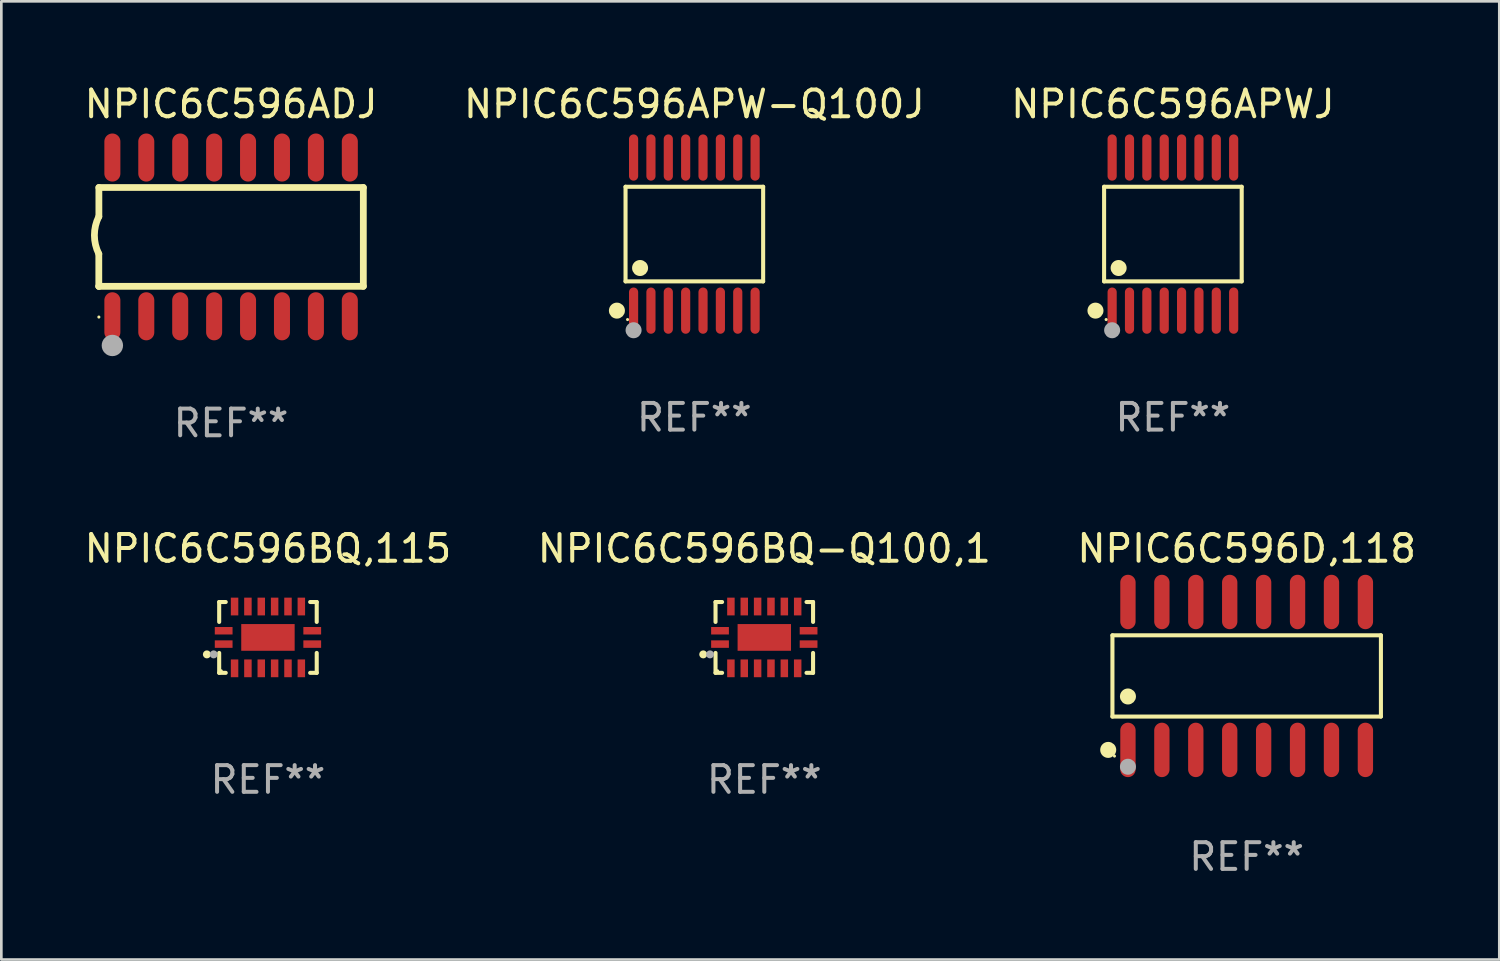
<source format=kicad_pcb>
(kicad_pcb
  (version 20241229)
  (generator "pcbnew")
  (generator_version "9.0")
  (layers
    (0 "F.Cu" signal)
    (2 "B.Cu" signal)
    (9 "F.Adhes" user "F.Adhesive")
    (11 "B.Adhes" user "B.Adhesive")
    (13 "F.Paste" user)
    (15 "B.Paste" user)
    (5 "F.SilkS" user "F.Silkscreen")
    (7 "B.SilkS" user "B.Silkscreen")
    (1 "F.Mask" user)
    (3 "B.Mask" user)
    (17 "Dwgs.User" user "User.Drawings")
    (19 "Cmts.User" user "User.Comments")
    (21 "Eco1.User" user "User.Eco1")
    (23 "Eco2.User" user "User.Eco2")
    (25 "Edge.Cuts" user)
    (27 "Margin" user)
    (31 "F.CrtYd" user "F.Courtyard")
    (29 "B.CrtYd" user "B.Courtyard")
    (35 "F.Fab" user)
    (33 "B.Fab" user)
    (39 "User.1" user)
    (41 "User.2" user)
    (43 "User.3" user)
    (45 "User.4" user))
  (footprint "NPIC6C596BQ,115"
    (layer "F.Cu")
    (at 6.982 20.815)
    (property "Reference" "NPIC6C596BQ,115" (at 0 -3.326 0) (layer "F.SilkS") (effects (font (size 1 1) (thickness 0.15))))
    (attr through_hole)
    (fp_line (start -1.826 -1.326) (end -1.58 -1.326) (stroke (width 0.152) (type solid)) (layer "F.SilkS"))
    (fp_line (start -1.826 -0.58) (end -1.826 -1.326) (stroke (width 0.152) (type solid)) (layer "F.SilkS"))
    (fp_line (start -1.826 0.58) (end -1.826 1.326) (stroke (width 0.152) (type solid)) (layer "F.SilkS"))
    (fp_line (start -1.826 1.326) (end -1.58 1.326) (stroke (width 0.152) (type solid)) (layer "F.SilkS"))
    (fp_line (start 1.826 -1.326) (end 1.58 -1.326) (stroke (width 0.152) (type solid)) (layer "F.SilkS"))
    (fp_line (start 1.826 -0.58) (end 1.826 -1.326) (stroke (width 0.152) (type solid)) (layer "F.SilkS"))
    (fp_line (start 1.826 0.58) (end 1.826 1.326) (stroke (width 0.152) (type solid)) (layer "F.SilkS"))
    (fp_line (start 1.826 1.326) (end 1.58 1.326) (stroke (width 0.152) (type solid)) (layer "F.SilkS"))
    (fp_circle (center -2.286 0.635) (end -2.211 0.635) (stroke (width 0.15) (type solid)) (fill no) (layer "F.SilkS"))
    (fp_circle (center -1.75 1.25) (end -1.72 1.25) (stroke (width 0.06) (type solid)) (fill no) (layer "F.SilkS"))
    (fp_circle (center -2.032 0.635) (end -1.957 0.635) (stroke (width 0.15) (type solid)) (fill no) (layer "F.Fab"))
    (fp_text user "REF**" (at 0 5.326 0) (layer "F.Fab") (effects (font (size 1 1) (thickness 0.15))))
    (pad "1" smd rect (at -1.658 0.25) (size 0.665 0.28) (layers "F.Cu" "F.Mask" "F.Paste"))
    (pad "2" smd rect (at -1.25 1.157) (size 0.28 0.665) (layers "F.Cu" "F.Mask" "F.Paste"))
    (pad "3" smd rect (at -0.75 1.157) (size 0.28 0.665) (layers "F.Cu" "F.Mask" "F.Paste"))
    (pad "4" smd rect (at -0.25 1.157) (size 0.28 0.665) (layers "F.Cu" "F.Mask" "F.Paste"))
    (pad "5" smd rect (at 0.25 1.157) (size 0.28 0.665) (layers "F.Cu" "F.Mask" "F.Paste"))
    (pad "6" smd rect (at 0.75 1.157) (size 0.28 0.665) (layers "F.Cu" "F.Mask" "F.Paste"))
    (pad "7" smd rect (at 1.25 1.157) (size 0.28 0.665) (layers "F.Cu" "F.Mask" "F.Paste"))
    (pad "8" smd rect (at 1.658 0.25) (size 0.665 0.28) (layers "F.Cu" "F.Mask" "F.Paste"))
    (pad "9" smd rect (at 1.658 -0.25) (size 0.665 0.28) (layers "F.Cu" "F.Mask" "F.Paste"))
    (pad "10" smd rect (at 1.25 -1.157) (size 0.28 0.665) (layers "F.Cu" "F.Mask" "F.Paste"))
    (pad "11" smd rect (at 0.75 -1.157) (size 0.28 0.665) (layers "F.Cu" "F.Mask" "F.Paste"))
    (pad "12" smd rect (at 0.25 -1.157) (size 0.28 0.665) (layers "F.Cu" "F.Mask" "F.Paste"))
    (pad "13" smd rect (at -0.25 -1.157) (size 0.28 0.665) (layers "F.Cu" "F.Mask" "F.Paste"))
    (pad "14" smd rect (at -0.75 -1.157) (size 0.28 0.665) (layers "F.Cu" "F.Mask" "F.Paste"))
    (pad "15" smd rect (at -1.25 -1.157) (size 0.28 0.665) (layers "F.Cu" "F.Mask" "F.Paste"))
    (pad "16" smd rect (at -1.658 -0.25) (size 0.665 0.28) (layers "F.Cu" "F.Mask" "F.Paste"))
    (pad "17" smd rect (at 0 0) (size 2 1) (layers "F.Cu" "F.Mask" "F.Paste")))
  (footprint "NPIC6C596ADJ"
    (layer "F.Cu")
    (at 5.601 5.82)
    (property "Reference" "NPIC6C596ADJ" (at 0 -4.972 0) (layer "F.SilkS") (effects (font (size 1 1) (thickness 0.15))))
    (attr through_hole)
    (fp_line (start -4.952 0.635) (end -4.952 1.85) (stroke (width 0.254) (type solid)) (layer "F.SilkS"))
    (fp_line (start -4.952 1.85) (end -4.949 1.85) (stroke (width 0.254) (type solid)) (layer "F.SilkS"))
    (fp_line (start -4.949 -1.85) (end -4.949 -0.762) (stroke (width 0.254) (type solid)) (layer "F.SilkS"))
    (fp_line (start -4.949 1.85) (end 4.952 1.85) (stroke (width 0.254) (type solid)) (layer "F.SilkS"))
    (fp_line (start 4.952 -1.85) (end -4.949 -1.85) (stroke (width 0.254) (type solid)) (layer "F.SilkS"))
    (fp_line (start 4.952 1.85) (end 4.952 -1.85) (stroke (width 0.254) (type solid)) (layer "F.SilkS"))
    (fp_arc (start -4.951524 0.635001) (mid -5.116418 -0.0635) (end -4.951524 -0.762002) (stroke (width 0.254001) (type solid)) (layer "F.SilkS"))
    (fp_circle (center -4.949 3) (end -4.919 3) (stroke (width 0.06) (type solid)) (fill no) (layer "F.SilkS"))
    (fp_circle (center -4.444 4.064) (end -4.244 4.064) (stroke (width 0.4) (type solid)) (fill no) (layer "F.Fab"))
    (fp_text user "REF**" (at 0 6.972 0) (layer "F.Fab") (effects (font (size 1 1) (thickness 0.15))))
    (pad "1" smd oval (at -4.444 2.972 180) (size 0.6 1.8) (layers "F.Cu" "F.Mask" "F.Paste"))
    (pad "2" smd oval (at -3.174 2.972 180) (size 0.6 1.8) (layers "F.Cu" "F.Mask" "F.Paste"))
    (pad "3" smd oval (at -1.904 2.972 180) (size 0.6 1.8) (layers "F.Cu" "F.Mask" "F.Paste"))
    (pad "4" smd oval (at -0.634 2.972 180) (size 0.6 1.8) (layers "F.Cu" "F.Mask" "F.Paste"))
    (pad "5" smd oval (at 0.636 2.972 180) (size 0.6 1.8) (layers "F.Cu" "F.Mask" "F.Paste"))
    (pad "6" smd oval (at 1.906 2.972 180) (size 0.6 1.8) (layers "F.Cu" "F.Mask" "F.Paste"))
    (pad "7" smd oval (at 3.176 2.972 180) (size 0.6 1.8) (layers "F.Cu" "F.Mask" "F.Paste"))
    (pad "8" smd oval (at 4.446 2.972 180) (size 0.6 1.8) (layers "F.Cu" "F.Mask" "F.Paste"))
    (pad "9" smd oval (at 4.446 -2.972 180) (size 0.6 1.8) (layers "F.Cu" "F.Mask" "F.Paste"))
    (pad "10" smd oval (at 3.176 -2.972 180) (size 0.6 1.8) (layers "F.Cu" "F.Mask" "F.Paste"))
    (pad "11" smd oval (at 1.906 -2.972 180) (size 0.6 1.8) (layers "F.Cu" "F.Mask" "F.Paste"))
    (pad "12" smd oval (at 0.636 -2.972 180) (size 0.6 1.8) (layers "F.Cu" "F.Mask" "F.Paste"))
    (pad "13" smd oval (at -0.634 -2.972 180) (size 0.6 1.8) (layers "F.Cu" "F.Mask" "F.Paste"))
    (pad "14" smd oval (at -1.904 -2.972 180) (size 0.6 1.8) (layers "F.Cu" "F.Mask" "F.Paste"))
    (pad "15" smd oval (at -3.174 -2.972 180) (size 0.6 1.8) (layers "F.Cu" "F.Mask" "F.Paste"))
    (pad "16" smd oval (at -4.444 -2.972 180) (size 0.6 1.8) (layers "F.Cu" "F.Mask" "F.Paste")))
  (footprint "NPIC6C596BQ-Q100,1"
    (layer "F.Cu")
    (at 25.565 20.815)
    (property "Reference" "NPIC6C596BQ-Q100,1" (at 0 -3.326 0) (layer "F.SilkS") (effects (font (size 1 1) (thickness 0.15))))
    (attr through_hole)
    (fp_line (start -1.826 -1.326) (end -1.58 -1.326) (stroke (width 0.152) (type solid)) (layer "F.SilkS"))
    (fp_line (start -1.826 -0.58) (end -1.826 -1.326) (stroke (width 0.152) (type solid)) (layer "F.SilkS"))
    (fp_line (start -1.826 0.58) (end -1.826 1.326) (stroke (width 0.152) (type solid)) (layer "F.SilkS"))
    (fp_line (start -1.826 1.326) (end -1.58 1.326) (stroke (width 0.152) (type solid)) (layer "F.SilkS"))
    (fp_line (start 1.826 -1.326) (end 1.58 -1.326) (stroke (width 0.152) (type solid)) (layer "F.SilkS"))
    (fp_line (start 1.826 -0.58) (end 1.826 -1.326) (stroke (width 0.152) (type solid)) (layer "F.SilkS"))
    (fp_line (start 1.826 0.58) (end 1.826 1.326) (stroke (width 0.152) (type solid)) (layer "F.SilkS"))
    (fp_line (start 1.826 1.326) (end 1.58 1.326) (stroke (width 0.152) (type solid)) (layer "F.SilkS"))
    (fp_circle (center -2.286 0.635) (end -2.211 0.635) (stroke (width 0.15) (type solid)) (fill no) (layer "F.SilkS"))
    (fp_circle (center -1.75 1.25) (end -1.72 1.25) (stroke (width 0.06) (type solid)) (fill no) (layer "F.SilkS"))
    (fp_circle (center -2.032 0.635) (end -1.957 0.635) (stroke (width 0.15) (type solid)) (fill no) (layer "F.Fab"))
    (fp_text user "REF**" (at 0 5.326 0) (layer "F.Fab") (effects (font (size 1 1) (thickness 0.15))))
    (pad "1" smd rect (at -1.658 0.25) (size 0.665 0.28) (layers "F.Cu" "F.Mask" "F.Paste"))
    (pad "2" smd rect (at -1.25 1.157) (size 0.28 0.665) (layers "F.Cu" "F.Mask" "F.Paste"))
    (pad "3" smd rect (at -0.75 1.157) (size 0.28 0.665) (layers "F.Cu" "F.Mask" "F.Paste"))
    (pad "4" smd rect (at -0.25 1.157) (size 0.28 0.665) (layers "F.Cu" "F.Mask" "F.Paste"))
    (pad "5" smd rect (at 0.25 1.157) (size 0.28 0.665) (layers "F.Cu" "F.Mask" "F.Paste"))
    (pad "6" smd rect (at 0.75 1.157) (size 0.28 0.665) (layers "F.Cu" "F.Mask" "F.Paste"))
    (pad "7" smd rect (at 1.25 1.157) (size 0.28 0.665) (layers "F.Cu" "F.Mask" "F.Paste"))
    (pad "8" smd rect (at 1.658 0.25) (size 0.665 0.28) (layers "F.Cu" "F.Mask" "F.Paste"))
    (pad "9" smd rect (at 1.658 -0.25) (size 0.665 0.28) (layers "F.Cu" "F.Mask" "F.Paste"))
    (pad "10" smd rect (at 1.25 -1.157) (size 0.28 0.665) (layers "F.Cu" "F.Mask" "F.Paste"))
    (pad "11" smd rect (at 0.75 -1.157) (size 0.28 0.665) (layers "F.Cu" "F.Mask" "F.Paste"))
    (pad "12" smd rect (at 0.25 -1.157) (size 0.28 0.665) (layers "F.Cu" "F.Mask" "F.Paste"))
    (pad "13" smd rect (at -0.25 -1.157) (size 0.28 0.665) (layers "F.Cu" "F.Mask" "F.Paste"))
    (pad "14" smd rect (at -0.75 -1.157) (size 0.28 0.665) (layers "F.Cu" "F.Mask" "F.Paste"))
    (pad "15" smd rect (at -1.25 -1.157) (size 0.28 0.665) (layers "F.Cu" "F.Mask" "F.Paste"))
    (pad "16" smd rect (at -1.658 -0.25) (size 0.665 0.28) (layers "F.Cu" "F.Mask" "F.Paste"))
    (pad "17" smd rect (at 0 0) (size 2 1) (layers "F.Cu" "F.Mask" "F.Paste")))
  (footprint "NPIC6C596APWJ"
    (layer "F.Cu")
    (at 40.863 5.714)
    (property "Reference" "NPIC6C596APWJ" (at 0 -4.866 0) (layer "F.SilkS") (effects (font (size 1 1) (thickness 0.15))))
    (attr through_hole)
    (fp_line (start -2.576 -1.772) (end 2.576 -1.772) (stroke (width 0.152) (type solid)) (layer "F.SilkS"))
    (fp_line (start -2.576 1.771) (end -2.576 -1.772) (stroke (width 0.152) (type solid)) (layer "F.SilkS"))
    (fp_line (start 2.576 -1.772) (end 2.576 1.771) (stroke (width 0.152) (type solid)) (layer "F.SilkS"))
    (fp_line (start 2.576 1.771) (end -2.576 1.771) (stroke (width 0.152) (type solid)) (layer "F.SilkS"))
    (fp_circle (center -2.899 2.866) (end -2.749 2.866) (stroke (width 0.3) (type solid)) (fill no) (layer "F.SilkS"))
    (fp_circle (center -2.5 3.2) (end -2.47 3.2) (stroke (width 0.06) (type solid)) (fill no) (layer "F.SilkS"))
    (fp_circle (center -2.032 1.27) (end -1.882 1.27) (stroke (width 0.3) (type solid)) (fill no) (layer "F.SilkS"))
    (fp_circle (center -2.275 3.6) (end -2.125 3.6) (stroke (width 0.3) (type solid)) (fill no) (layer "F.Fab"))
    (fp_text user "REF**" (at 0 6.866 0) (layer "F.Fab") (effects (font (size 1 1) (thickness 0.15))))
    (pad "1" smd oval (at -2.275 2.866) (size 0.343 1.731) (layers "F.Cu" "F.Mask" "F.Paste"))
    (pad "2" smd oval (at -1.625 2.866) (size 0.343 1.731) (layers "F.Cu" "F.Mask" "F.Paste"))
    (pad "3" smd oval (at -0.975 2.866) (size 0.343 1.731) (layers "F.Cu" "F.Mask" "F.Paste"))
    (pad "4" smd oval (at -0.325 2.866) (size 0.343 1.731) (layers "F.Cu" "F.Mask" "F.Paste"))
    (pad "5" smd oval (at 0.325 2.866) (size 0.343 1.731) (layers "F.Cu" "F.Mask" "F.Paste"))
    (pad "6" smd oval (at 0.975 2.866) (size 0.343 1.731) (layers "F.Cu" "F.Mask" "F.Paste"))
    (pad "7" smd oval (at 1.625 2.866) (size 0.343 1.731) (layers "F.Cu" "F.Mask" "F.Paste"))
    (pad "8" smd oval (at 2.275 2.866) (size 0.343 1.731) (layers "F.Cu" "F.Mask" "F.Paste"))
    (pad "9" smd oval (at 2.275 -2.866) (size 0.343 1.731) (layers "F.Cu" "F.Mask" "F.Paste"))
    (pad "10" smd oval (at 1.625 -2.866) (size 0.343 1.731) (layers "F.Cu" "F.Mask" "F.Paste"))
    (pad "11" smd oval (at 0.975 -2.866) (size 0.343 1.731) (layers "F.Cu" "F.Mask" "F.Paste"))
    (pad "12" smd oval (at 0.325 -2.866) (size 0.343 1.731) (layers "F.Cu" "F.Mask" "F.Paste"))
    (pad "13" smd oval (at -0.325 -2.866) (size 0.343 1.731) (layers "F.Cu" "F.Mask" "F.Paste"))
    (pad "14" smd oval (at -0.975 -2.866) (size 0.343 1.731) (layers "F.Cu" "F.Mask" "F.Paste"))
    (pad "15" smd oval (at -1.625 -2.866) (size 0.343 1.731) (layers "F.Cu" "F.Mask" "F.Paste"))
    (pad "16" smd oval (at -2.275 -2.866) (size 0.343 1.731) (layers "F.Cu" "F.Mask" "F.Paste")))
  (footprint "NPIC6C596D,118"
    (layer "F.Cu")
    (at 43.625 22.257)
    (property "Reference" "NPIC6C596D,118" (at 0 -4.769 0) (layer "F.SilkS") (effects (font (size 1 1) (thickness 0.15))))
    (attr through_hole)
    (fp_line (start -5.026 -1.521) (end 5.026 -1.521) (stroke (width 0.152) (type solid)) (layer "F.SilkS"))
    (fp_line (start -5.026 1.521) (end -5.026 -1.521) (stroke (width 0.152) (type solid)) (layer "F.SilkS"))
    (fp_line (start 5.026 -1.521) (end 5.026 1.521) (stroke (width 0.152) (type solid)) (layer "F.SilkS"))
    (fp_line (start 5.026 1.521) (end -5.026 1.521) (stroke (width 0.152) (type solid)) (layer "F.SilkS"))
    (fp_circle (center -5.184 2.769) (end -5.034 2.769) (stroke (width 0.3) (type solid)) (fill no) (layer "F.SilkS"))
    (fp_circle (center -4.95 3) (end -4.92 3) (stroke (width 0.06) (type solid)) (fill no) (layer "F.SilkS"))
    (fp_circle (center -4.445 0.769) (end -4.295 0.769) (stroke (width 0.3) (type solid)) (fill no) (layer "F.SilkS"))
    (fp_circle (center -4.445 3.4) (end -4.295 3.4) (stroke (width 0.3) (type solid)) (fill no) (layer "F.Fab"))
    (fp_text user "REF**" (at 0 6.769 0) (layer "F.Fab") (effects (font (size 1 1) (thickness 0.15))))
    (pad "1" smd oval (at -4.445 2.769) (size 0.574 2.038) (layers "F.Cu" "F.Mask" "F.Paste"))
    (pad "2" smd oval (at -3.175 2.769) (size 0.574 2.038) (layers "F.Cu" "F.Mask" "F.Paste"))
    (pad "3" smd oval (at -1.905 2.769) (size 0.574 2.038) (layers "F.Cu" "F.Mask" "F.Paste"))
    (pad "4" smd oval (at -0.635 2.769) (size 0.574 2.038) (layers "F.Cu" "F.Mask" "F.Paste"))
    (pad "5" smd oval (at 0.635 2.769) (size 0.574 2.038) (layers "F.Cu" "F.Mask" "F.Paste"))
    (pad "6" smd oval (at 1.905 2.769) (size 0.574 2.038) (layers "F.Cu" "F.Mask" "F.Paste"))
    (pad "7" smd oval (at 3.175 2.769) (size 0.574 2.038) (layers "F.Cu" "F.Mask" "F.Paste"))
    (pad "8" smd oval (at 4.445 2.769) (size 0.574 2.038) (layers "F.Cu" "F.Mask" "F.Paste"))
    (pad "9" smd oval (at 4.445 -2.769) (size 0.574 2.038) (layers "F.Cu" "F.Mask" "F.Paste"))
    (pad "10" smd oval (at 3.175 -2.769) (size 0.574 2.038) (layers "F.Cu" "F.Mask" "F.Paste"))
    (pad "11" smd oval (at 1.905 -2.769) (size 0.574 2.038) (layers "F.Cu" "F.Mask" "F.Paste"))
    (pad "12" smd oval (at 0.635 -2.769) (size 0.574 2.038) (layers "F.Cu" "F.Mask" "F.Paste"))
    (pad "13" smd oval (at -0.635 -2.769) (size 0.574 2.038) (layers "F.Cu" "F.Mask" "F.Paste"))
    (pad "14" smd oval (at -1.905 -2.769) (size 0.574 2.038) (layers "F.Cu" "F.Mask" "F.Paste"))
    (pad "15" smd oval (at -3.175 -2.769) (size 0.574 2.038) (layers "F.Cu" "F.Mask" "F.Paste"))
    (pad "16" smd oval (at -4.445 -2.769) (size 0.574 2.038) (layers "F.Cu" "F.Mask" "F.Paste")))
  (footprint "NPIC6C596APW-Q100J"
    (layer "F.Cu")
    (at 22.946 5.714)
    (property "Reference" "NPIC6C596APW-Q100J" (at 0 -4.866 0) (layer "F.SilkS") (effects (font (size 1 1) (thickness 0.15))))
    (attr through_hole)
    (fp_line (start -2.576 -1.772) (end 2.576 -1.772) (stroke (width 0.152) (type solid)) (layer "F.SilkS"))
    (fp_line (start -2.576 1.771) (end -2.576 -1.772) (stroke (width 0.152) (type solid)) (layer "F.SilkS"))
    (fp_line (start 2.576 -1.772) (end 2.576 1.771) (stroke (width 0.152) (type solid)) (layer "F.SilkS"))
    (fp_line (start 2.576 1.771) (end -2.576 1.771) (stroke (width 0.152) (type solid)) (layer "F.SilkS"))
    (fp_circle (center -2.899 2.866) (end -2.749 2.866) (stroke (width 0.3) (type solid)) (fill no) (layer "F.SilkS"))
    (fp_circle (center -2.5 3.2) (end -2.47 3.2) (stroke (width 0.06) (type solid)) (fill no) (layer "F.SilkS"))
    (fp_circle (center -2.032 1.27) (end -1.882 1.27) (stroke (width 0.3) (type solid)) (fill no) (layer "F.SilkS"))
    (fp_circle (center -2.275 3.6) (end -2.125 3.6) (stroke (width 0.3) (type solid)) (fill no) (layer "F.Fab"))
    (fp_text user "REF**" (at 0 6.866 0) (layer "F.Fab") (effects (font (size 1 1) (thickness 0.15))))
    (pad "1" smd oval (at -2.275 2.866) (size 0.343 1.731) (layers "F.Cu" "F.Mask" "F.Paste"))
    (pad "2" smd oval (at -1.625 2.866) (size 0.343 1.731) (layers "F.Cu" "F.Mask" "F.Paste"))
    (pad "3" smd oval (at -0.975 2.866) (size 0.343 1.731) (layers "F.Cu" "F.Mask" "F.Paste"))
    (pad "4" smd oval (at -0.325 2.866) (size 0.343 1.731) (layers "F.Cu" "F.Mask" "F.Paste"))
    (pad "5" smd oval (at 0.325 2.866) (size 0.343 1.731) (layers "F.Cu" "F.Mask" "F.Paste"))
    (pad "6" smd oval (at 0.975 2.866) (size 0.343 1.731) (layers "F.Cu" "F.Mask" "F.Paste"))
    (pad "7" smd oval (at 1.625 2.866) (size 0.343 1.731) (layers "F.Cu" "F.Mask" "F.Paste"))
    (pad "8" smd oval (at 2.275 2.866) (size 0.343 1.731) (layers "F.Cu" "F.Mask" "F.Paste"))
    (pad "9" smd oval (at 2.275 -2.866) (size 0.343 1.731) (layers "F.Cu" "F.Mask" "F.Paste"))
    (pad "10" smd oval (at 1.625 -2.866) (size 0.343 1.731) (layers "F.Cu" "F.Mask" "F.Paste"))
    (pad "11" smd oval (at 0.975 -2.866) (size 0.343 1.731) (layers "F.Cu" "F.Mask" "F.Paste"))
    (pad "12" smd oval (at 0.325 -2.866) (size 0.343 1.731) (layers "F.Cu" "F.Mask" "F.Paste"))
    (pad "13" smd oval (at -0.325 -2.866) (size 0.343 1.731) (layers "F.Cu" "F.Mask" "F.Paste"))
    (pad "14" smd oval (at -0.975 -2.866) (size 0.343 1.731) (layers "F.Cu" "F.Mask" "F.Paste"))
    (pad "15" smd oval (at -1.625 -2.866) (size 0.343 1.731) (layers "F.Cu" "F.Mask" "F.Paste"))
    (pad "16" smd oval (at -2.275 -2.866) (size 0.343 1.731) (layers "F.Cu" "F.Mask" "F.Paste")))
  (gr_rect
    (start -3 -3)
    (end 53.083 32.875)
    (stroke (width 0.1) (type default))
    (fill no)
    (layer "Edge.Cuts")))
</source>
